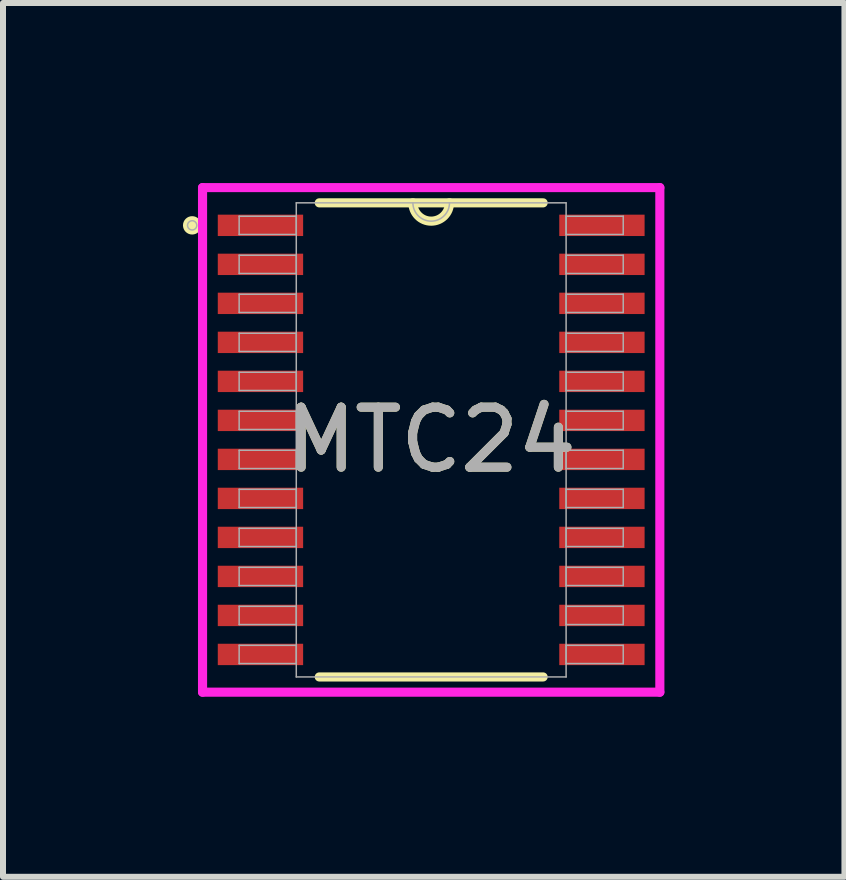
<source format=kicad_pcb>
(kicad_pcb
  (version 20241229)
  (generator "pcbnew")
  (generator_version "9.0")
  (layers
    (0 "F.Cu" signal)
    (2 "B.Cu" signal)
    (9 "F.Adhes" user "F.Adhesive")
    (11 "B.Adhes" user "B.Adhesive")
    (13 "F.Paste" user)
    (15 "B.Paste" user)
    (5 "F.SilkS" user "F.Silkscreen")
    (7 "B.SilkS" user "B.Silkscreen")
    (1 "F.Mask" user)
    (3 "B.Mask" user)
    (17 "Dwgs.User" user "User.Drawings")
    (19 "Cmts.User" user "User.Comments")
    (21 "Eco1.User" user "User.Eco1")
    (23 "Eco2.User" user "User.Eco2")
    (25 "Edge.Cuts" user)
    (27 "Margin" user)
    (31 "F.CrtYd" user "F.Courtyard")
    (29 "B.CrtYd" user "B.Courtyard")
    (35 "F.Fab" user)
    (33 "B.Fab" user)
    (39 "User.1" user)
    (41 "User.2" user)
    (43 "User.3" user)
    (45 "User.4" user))
  (footprint "MTC24"
    (layer "F.Cu")
    (at 4.135 4.28)
    (property "Reference" "MTC24" (at 0 0 0) (unlocked yes) (layer "F.SilkS") (effects (font (size 1 1) (thickness 0.15))))
    (attr smd)
    (fp_line (start -1.865 3.95) (end 1.865 3.95) (stroke (width 0.152) (type solid)) (layer "F.SilkS"))
    (fp_line (start 1.865 -3.95) (end -1.865 -3.95) (stroke (width 0.152) (type solid)) (layer "F.SilkS"))
    (fp_arc (start 0.3048 -3.9497) (mid 0 -3.6449) (end -0.3048 -3.9497) (stroke (width 0.1524) (type solid)) (layer "F.SilkS"))
    (fp_circle (center -3.983 -3.575) (end -3.906 -3.575) (stroke (width 0.152) (type solid)) (fill no) (layer "F.SilkS"))
    (fp_line (start -3.81 -4.204) (end 3.81 -4.204) (stroke (width 0.152) (type solid)) (layer "F.CrtYd"))
    (fp_line (start -3.81 4.204) (end -3.81 -4.204) (stroke (width 0.152) (type solid)) (layer "F.CrtYd"))
    (fp_line (start 3.81 -4.204) (end 3.81 4.204) (stroke (width 0.152) (type solid)) (layer "F.CrtYd"))
    (fp_line (start 3.81 4.204) (end -3.81 4.204) (stroke (width 0.152) (type solid)) (layer "F.CrtYd"))
    (fp_line (start -3.2 -3.727) (end -3.2 -3.423) (stroke (width 0.025) (type solid)) (layer "F.Fab"))
    (fp_line (start -3.2 -3.423) (end -2.248 -3.423) (stroke (width 0.025) (type solid)) (layer "F.Fab"))
    (fp_line (start -3.2 -3.077) (end -3.2 -2.773) (stroke (width 0.025) (type solid)) (layer "F.Fab"))
    (fp_line (start -3.2 -2.773) (end -2.248 -2.773) (stroke (width 0.025) (type solid)) (layer "F.Fab"))
    (fp_line (start -3.2 -2.427) (end -3.2 -2.123) (stroke (width 0.025) (type solid)) (layer "F.Fab"))
    (fp_line (start -3.2 -2.123) (end -2.248 -2.123) (stroke (width 0.025) (type solid)) (layer "F.Fab"))
    (fp_line (start -3.2 -1.777) (end -3.2 -1.473) (stroke (width 0.025) (type solid)) (layer "F.Fab"))
    (fp_line (start -3.2 -1.473) (end -2.248 -1.473) (stroke (width 0.025) (type solid)) (layer "F.Fab"))
    (fp_line (start -3.2 -1.127) (end -3.2 -0.823) (stroke (width 0.025) (type solid)) (layer "F.Fab"))
    (fp_line (start -3.2 -0.823) (end -2.248 -0.823) (stroke (width 0.025) (type solid)) (layer "F.Fab"))
    (fp_line (start -3.2 -0.477) (end -3.2 -0.173) (stroke (width 0.025) (type solid)) (layer "F.Fab"))
    (fp_line (start -3.2 -0.173) (end -2.248 -0.173) (stroke (width 0.025) (type solid)) (layer "F.Fab"))
    (fp_line (start -3.2 0.173) (end -3.2 0.477) (stroke (width 0.025) (type solid)) (layer "F.Fab"))
    (fp_line (start -3.2 0.477) (end -2.248 0.477) (stroke (width 0.025) (type solid)) (layer "F.Fab"))
    (fp_line (start -3.2 0.823) (end -3.2 1.127) (stroke (width 0.025) (type solid)) (layer "F.Fab"))
    (fp_line (start -3.2 1.127) (end -2.248 1.127) (stroke (width 0.025) (type solid)) (layer "F.Fab"))
    (fp_line (start -3.2 1.473) (end -3.2 1.777) (stroke (width 0.025) (type solid)) (layer "F.Fab"))
    (fp_line (start -3.2 1.777) (end -2.248 1.777) (stroke (width 0.025) (type solid)) (layer "F.Fab"))
    (fp_line (start -3.2 2.123) (end -3.2 2.427) (stroke (width 0.025) (type solid)) (layer "F.Fab"))
    (fp_line (start -3.2 2.427) (end -2.248 2.427) (stroke (width 0.025) (type solid)) (layer "F.Fab"))
    (fp_line (start -3.2 2.773) (end -3.2 3.077) (stroke (width 0.025) (type solid)) (layer "F.Fab"))
    (fp_line (start -3.2 3.077) (end -2.248 3.077) (stroke (width 0.025) (type solid)) (layer "F.Fab"))
    (fp_line (start -3.2 3.423) (end -3.2 3.727) (stroke (width 0.025) (type solid)) (layer "F.Fab"))
    (fp_line (start -3.2 3.727) (end -2.248 3.727) (stroke (width 0.025) (type solid)) (layer "F.Fab"))
    (fp_line (start -2.248 -3.95) (end -2.248 3.95) (stroke (width 0.025) (type solid)) (layer "F.Fab"))
    (fp_line (start -2.248 -3.727) (end -3.2 -3.727) (stroke (width 0.025) (type solid)) (layer "F.Fab"))
    (fp_line (start -2.248 -3.423) (end -2.248 -3.727) (stroke (width 0.025) (type solid)) (layer "F.Fab"))
    (fp_line (start -2.248 -3.077) (end -3.2 -3.077) (stroke (width 0.025) (type solid)) (layer "F.Fab"))
    (fp_line (start -2.248 -2.773) (end -2.248 -3.077) (stroke (width 0.025) (type solid)) (layer "F.Fab"))
    (fp_line (start -2.248 -2.427) (end -3.2 -2.427) (stroke (width 0.025) (type solid)) (layer "F.Fab"))
    (fp_line (start -2.248 -2.123) (end -2.248 -2.427) (stroke (width 0.025) (type solid)) (layer "F.Fab"))
    (fp_line (start -2.248 -1.777) (end -3.2 -1.777) (stroke (width 0.025) (type solid)) (layer "F.Fab"))
    (fp_line (start -2.248 -1.473) (end -2.248 -1.777) (stroke (width 0.025) (type solid)) (layer "F.Fab"))
    (fp_line (start -2.248 -1.127) (end -3.2 -1.127) (stroke (width 0.025) (type solid)) (layer "F.Fab"))
    (fp_line (start -2.248 -0.823) (end -2.248 -1.127) (stroke (width 0.025) (type solid)) (layer "F.Fab"))
    (fp_line (start -2.248 -0.477) (end -3.2 -0.477) (stroke (width 0.025) (type solid)) (layer "F.Fab"))
    (fp_line (start -2.248 -0.173) (end -2.248 -0.477) (stroke (width 0.025) (type solid)) (layer "F.Fab"))
    (fp_line (start -2.248 0.173) (end -3.2 0.173) (stroke (width 0.025) (type solid)) (layer "F.Fab"))
    (fp_line (start -2.248 0.477) (end -2.248 0.173) (stroke (width 0.025) (type solid)) (layer "F.Fab"))
    (fp_line (start -2.248 0.823) (end -3.2 0.823) (stroke (width 0.025) (type solid)) (layer "F.Fab"))
    (fp_line (start -2.248 1.127) (end -2.248 0.823) (stroke (width 0.025) (type solid)) (layer "F.Fab"))
    (fp_line (start -2.248 1.473) (end -3.2 1.473) (stroke (width 0.025) (type solid)) (layer "F.Fab"))
    (fp_line (start -2.248 1.777) (end -2.248 1.473) (stroke (width 0.025) (type solid)) (layer "F.Fab"))
    (fp_line (start -2.248 2.123) (end -3.2 2.123) (stroke (width 0.025) (type solid)) (layer "F.Fab"))
    (fp_line (start -2.248 2.427) (end -2.248 2.123) (stroke (width 0.025) (type solid)) (layer "F.Fab"))
    (fp_line (start -2.248 2.773) (end -3.2 2.773) (stroke (width 0.025) (type solid)) (layer "F.Fab"))
    (fp_line (start -2.248 3.077) (end -2.248 2.773) (stroke (width 0.025) (type solid)) (layer "F.Fab"))
    (fp_line (start -2.248 3.423) (end -3.2 3.423) (stroke (width 0.025) (type solid)) (layer "F.Fab"))
    (fp_line (start -2.248 3.727) (end -2.248 3.423) (stroke (width 0.025) (type solid)) (layer "F.Fab"))
    (fp_line (start -2.248 3.95) (end 2.248 3.95) (stroke (width 0.025) (type solid)) (layer "F.Fab"))
    (fp_line (start 2.248 -3.95) (end -2.248 -3.95) (stroke (width 0.025) (type solid)) (layer "F.Fab"))
    (fp_line (start 2.248 -3.727) (end 2.248 -3.423) (stroke (width 0.025) (type solid)) (layer "F.Fab"))
    (fp_line (start 2.248 -3.423) (end 3.2 -3.423) (stroke (width 0.025) (type solid)) (layer "F.Fab"))
    (fp_line (start 2.248 -3.077) (end 2.248 -2.773) (stroke (width 0.025) (type solid)) (layer "F.Fab"))
    (fp_line (start 2.248 -2.773) (end 3.2 -2.773) (stroke (width 0.025) (type solid)) (layer "F.Fab"))
    (fp_line (start 2.248 -2.427) (end 2.248 -2.123) (stroke (width 0.025) (type solid)) (layer "F.Fab"))
    (fp_line (start 2.248 -2.123) (end 3.2 -2.123) (stroke (width 0.025) (type solid)) (layer "F.Fab"))
    (fp_line (start 2.248 -1.777) (end 2.248 -1.473) (stroke (width 0.025) (type solid)) (layer "F.Fab"))
    (fp_line (start 2.248 -1.473) (end 3.2 -1.473) (stroke (width 0.025) (type solid)) (layer "F.Fab"))
    (fp_line (start 2.248 -1.127) (end 2.248 -0.823) (stroke (width 0.025) (type solid)) (layer "F.Fab"))
    (fp_line (start 2.248 -0.823) (end 3.2 -0.823) (stroke (width 0.025) (type solid)) (layer "F.Fab"))
    (fp_line (start 2.248 -0.477) (end 2.248 -0.173) (stroke (width 0.025) (type solid)) (layer "F.Fab"))
    (fp_line (start 2.248 -0.173) (end 3.2 -0.173) (stroke (width 0.025) (type solid)) (layer "F.Fab"))
    (fp_line (start 2.248 0.173) (end 2.248 0.477) (stroke (width 0.025) (type solid)) (layer "F.Fab"))
    (fp_line (start 2.248 0.477) (end 3.2 0.477) (stroke (width 0.025) (type solid)) (layer "F.Fab"))
    (fp_line (start 2.248 0.823) (end 2.248 1.127) (stroke (width 0.025) (type solid)) (layer "F.Fab"))
    (fp_line (start 2.248 1.127) (end 3.2 1.127) (stroke (width 0.025) (type solid)) (layer "F.Fab"))
    (fp_line (start 2.248 1.473) (end 2.248 1.777) (stroke (width 0.025) (type solid)) (layer "F.Fab"))
    (fp_line (start 2.248 1.777) (end 3.2 1.777) (stroke (width 0.025) (type solid)) (layer "F.Fab"))
    (fp_line (start 2.248 2.123) (end 2.248 2.427) (stroke (width 0.025) (type solid)) (layer "F.Fab"))
    (fp_line (start 2.248 2.427) (end 3.2 2.427) (stroke (width 0.025) (type solid)) (layer "F.Fab"))
    (fp_line (start 2.248 2.773) (end 2.248 3.077) (stroke (width 0.025) (type solid)) (layer "F.Fab"))
    (fp_line (start 2.248 3.077) (end 3.2 3.077) (stroke (width 0.025) (type solid)) (layer "F.Fab"))
    (fp_line (start 2.248 3.423) (end 2.248 3.727) (stroke (width 0.025) (type solid)) (layer "F.Fab"))
    (fp_line (start 2.248 3.727) (end 3.2 3.727) (stroke (width 0.025) (type solid)) (layer "F.Fab"))
    (fp_line (start 2.248 3.95) (end 2.248 -3.95) (stroke (width 0.025) (type solid)) (layer "F.Fab"))
    (fp_line (start 3.2 -3.727) (end 2.248 -3.727) (stroke (width 0.025) (type solid)) (layer "F.Fab"))
    (fp_line (start 3.2 -3.423) (end 3.2 -3.727) (stroke (width 0.025) (type solid)) (layer "F.Fab"))
    (fp_line (start 3.2 -3.077) (end 2.248 -3.077) (stroke (width 0.025) (type solid)) (layer "F.Fab"))
    (fp_line (start 3.2 -2.773) (end 3.2 -3.077) (stroke (width 0.025) (type solid)) (layer "F.Fab"))
    (fp_line (start 3.2 -2.427) (end 2.248 -2.427) (stroke (width 0.025) (type solid)) (layer "F.Fab"))
    (fp_line (start 3.2 -2.123) (end 3.2 -2.427) (stroke (width 0.025) (type solid)) (layer "F.Fab"))
    (fp_line (start 3.2 -1.777) (end 2.248 -1.777) (stroke (width 0.025) (type solid)) (layer "F.Fab"))
    (fp_line (start 3.2 -1.473) (end 3.2 -1.777) (stroke (width 0.025) (type solid)) (layer "F.Fab"))
    (fp_line (start 3.2 -1.127) (end 2.248 -1.127) (stroke (width 0.025) (type solid)) (layer "F.Fab"))
    (fp_line (start 3.2 -0.823) (end 3.2 -1.127) (stroke (width 0.025) (type solid)) (layer "F.Fab"))
    (fp_line (start 3.2 -0.477) (end 2.248 -0.477) (stroke (width 0.025) (type solid)) (layer "F.Fab"))
    (fp_line (start 3.2 -0.173) (end 3.2 -0.477) (stroke (width 0.025) (type solid)) (layer "F.Fab"))
    (fp_line (start 3.2 0.173) (end 2.248 0.173) (stroke (width 0.025) (type solid)) (layer "F.Fab"))
    (fp_line (start 3.2 0.477) (end 3.2 0.173) (stroke (width 0.025) (type solid)) (layer "F.Fab"))
    (fp_line (start 3.2 0.823) (end 2.248 0.823) (stroke (width 0.025) (type solid)) (layer "F.Fab"))
    (fp_line (start 3.2 1.127) (end 3.2 0.823) (stroke (width 0.025) (type solid)) (layer "F.Fab"))
    (fp_line (start 3.2 1.473) (end 2.248 1.473) (stroke (width 0.025) (type solid)) (layer "F.Fab"))
    (fp_line (start 3.2 1.777) (end 3.2 1.473) (stroke (width 0.025) (type solid)) (layer "F.Fab"))
    (fp_line (start 3.2 2.123) (end 2.248 2.123) (stroke (width 0.025) (type solid)) (layer "F.Fab"))
    (fp_line (start 3.2 2.427) (end 3.2 2.123) (stroke (width 0.025) (type solid)) (layer "F.Fab"))
    (fp_line (start 3.2 2.773) (end 2.248 2.773) (stroke (width 0.025) (type solid)) (layer "F.Fab"))
    (fp_line (start 3.2 3.077) (end 3.2 2.773) (stroke (width 0.025) (type solid)) (layer "F.Fab"))
    (fp_line (start 3.2 3.423) (end 2.248 3.423) (stroke (width 0.025) (type solid)) (layer "F.Fab"))
    (fp_line (start 3.2 3.727) (end 3.2 3.423) (stroke (width 0.025) (type solid)) (layer "F.Fab"))
    (fp_arc (start 0.3048 -3.9497) (mid 0 -3.6449) (end -0.3048 -3.9497) (stroke (width 0.0254) (type solid)) (layer "F.Fab"))
    (fp_circle (center -3.983 -3.575) (end -3.906 -3.575) (stroke (width 0.025) (type solid)) (fill no) (layer "F.Fab"))
    (fp_text user "${REFERENCE}" (at 0 0 0) (unlocked yes) (layer "F.Fab") (effects (font (size 1 1) (thickness 0.15))))
    (pad "1" smd rect (at -2.845 -3.575) (size 1.422 0.356) (layers "F.Cu" "F.Mask" "F.Paste"))
    (pad "2" smd rect (at -2.845 -2.925) (size 1.422 0.356) (layers "F.Cu" "F.Mask" "F.Paste"))
    (pad "3" smd rect (at -2.845 -2.275) (size 1.422 0.356) (layers "F.Cu" "F.Mask" "F.Paste"))
    (pad "4" smd rect (at -2.845 -1.625) (size 1.422 0.356) (layers "F.Cu" "F.Mask" "F.Paste"))
    (pad "5" smd rect (at -2.845 -0.975) (size 1.422 0.356) (layers "F.Cu" "F.Mask" "F.Paste"))
    (pad "6" smd rect (at -2.845 -0.325) (size 1.422 0.356) (layers "F.Cu" "F.Mask" "F.Paste"))
    (pad "7" smd rect (at -2.845 0.325) (size 1.422 0.356) (layers "F.Cu" "F.Mask" "F.Paste"))
    (pad "8" smd rect (at -2.845 0.975) (size 1.422 0.356) (layers "F.Cu" "F.Mask" "F.Paste"))
    (pad "9" smd rect (at -2.845 1.625) (size 1.422 0.356) (layers "F.Cu" "F.Mask" "F.Paste"))
    (pad "10" smd rect (at -2.845 2.275) (size 1.422 0.356) (layers "F.Cu" "F.Mask" "F.Paste"))
    (pad "11" smd rect (at -2.845 2.925) (size 1.422 0.356) (layers "F.Cu" "F.Mask" "F.Paste"))
    (pad "12" smd rect (at -2.845 3.575) (size 1.422 0.356) (layers "F.Cu" "F.Mask" "F.Paste"))
    (pad "13" smd rect (at 2.845 3.575) (size 1.422 0.356) (layers "F.Cu" "F.Mask" "F.Paste"))
    (pad "14" smd rect (at 2.845 2.925) (size 1.422 0.356) (layers "F.Cu" "F.Mask" "F.Paste"))
    (pad "15" smd rect (at 2.845 2.275) (size 1.422 0.356) (layers "F.Cu" "F.Mask" "F.Paste"))
    (pad "16" smd rect (at 2.845 1.625) (size 1.422 0.356) (layers "F.Cu" "F.Mask" "F.Paste"))
    (pad "17" smd rect (at 2.845 0.975) (size 1.422 0.356) (layers "F.Cu" "F.Mask" "F.Paste"))
    (pad "18" smd rect (at 2.845 0.325) (size 1.422 0.356) (layers "F.Cu" "F.Mask" "F.Paste"))
    (pad "19" smd rect (at 2.845 -0.325) (size 1.422 0.356) (layers "F.Cu" "F.Mask" "F.Paste"))
    (pad "20" smd rect (at 2.845 -0.975) (size 1.422 0.356) (layers "F.Cu" "F.Mask" "F.Paste"))
    (pad "21" smd rect (at 2.845 -1.625) (size 1.422 0.356) (layers "F.Cu" "F.Mask" "F.Paste"))
    (pad "22" smd rect (at 2.845 -2.275) (size 1.422 0.356) (layers "F.Cu" "F.Mask" "F.Paste"))
    (pad "23" smd rect (at 2.845 -2.925) (size 1.422 0.356) (layers "F.Cu" "F.Mask" "F.Paste"))
    (pad "24" smd rect (at 2.845 -3.575) (size 1.422 0.356) (layers "F.Cu" "F.Mask" "F.Paste")))
  (gr_rect
    (start -3 -3)
    (end 11.021 11.56)
    (stroke (width 0.1) (type default))
    (fill no)
    (layer "Edge.Cuts")))
</source>
